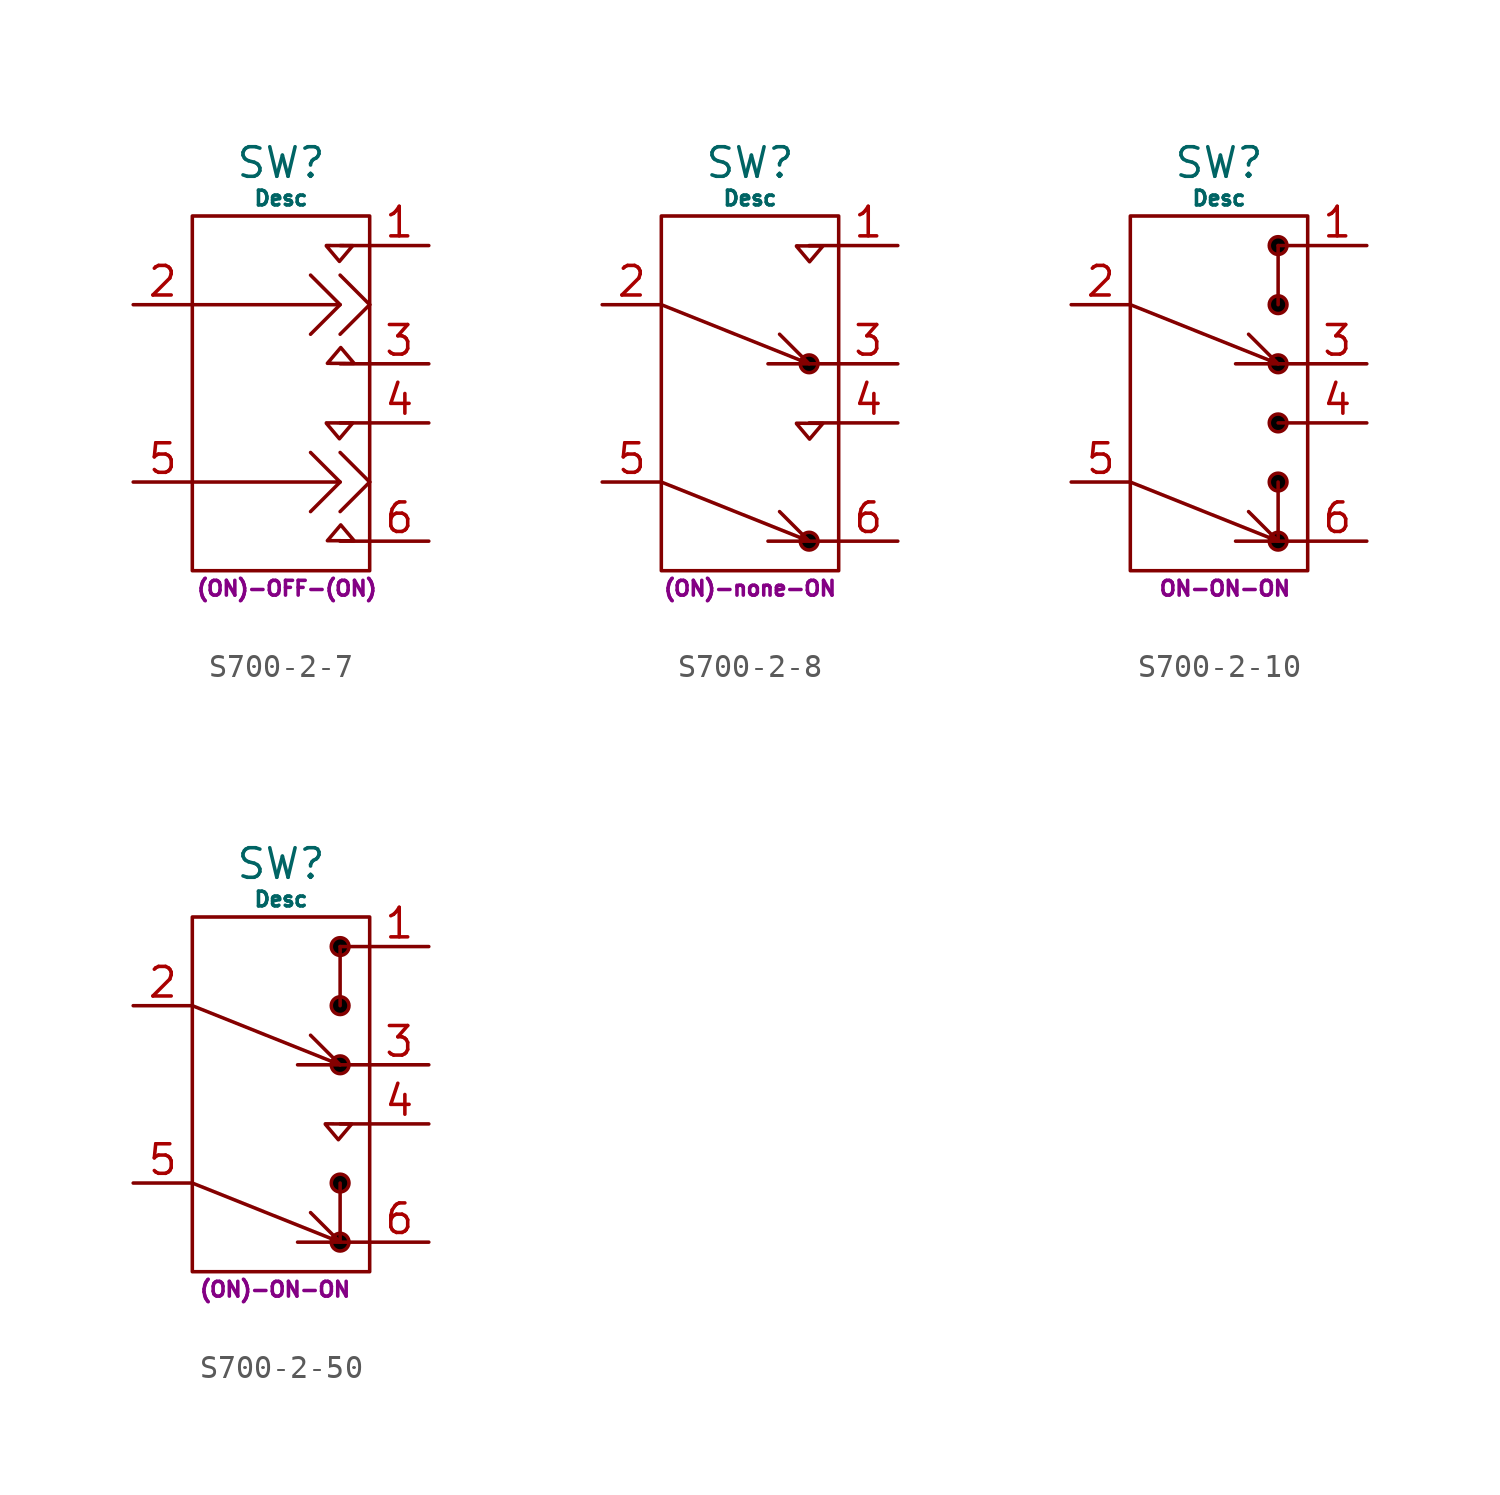
<source format=kicad_sym>
(kicad_symbol_lib
  (version 20231120)
  (generator "kicad_symbol_editor")
  (generator_version "8.0")
  (symbol "S700-2-7"
    (pin_names hide)
    (property "Reference" "SW"
      (at 0 9.906 0)
      (do_not_autoplace)
      (effects (font (size 1.27 1.27))))
    (property "Value" "Desc"
      (at 0 8.382 0)
      (do_not_autoplace)
      (effects (font (size 0.635 0.635))))
    (property "Description" "(ON)-OFF-(ON)"
      (at 0.254 -8.382 0)
      (do_not_autoplace)
      (effects (font (size 0.635 0.635))))
    (symbol "S700-2-7_0_1"
      (rectangle (start -3.81 7.62) (end 3.81 -7.62) (stroke (width 0) (type default)) (fill (type none)))
      (polyline (pts (xy 2.54 -3.81) (xy 1.27 -5.08)) (stroke (width 0) (type default)) (fill (type none)))
      (polyline (pts (xy 2.54 3.81) (xy 1.27 2.54)) (stroke (width 0) (type default)) (fill (type none)))
      (polyline (pts (xy 3.81 -6.35) (xy 2.54 -6.35)) (stroke (width 0) (type default)) (fill (type none)))
      (polyline (pts (xy 3.81 -3.81) (xy 2.54 -5.08)) (stroke (width 0) (type default)) (fill (type none)))
      (polyline (pts (xy 3.81 -3.81) (xy 2.54 -2.54)) (stroke (width 0) (type default)) (fill (type none)))
      (polyline (pts (xy 3.81 -1.27) (xy 2.54 -1.27)) (stroke (width 0) (type default)) (fill (type none)))
      (polyline (pts (xy 3.81 1.27) (xy 2.54 1.27)) (stroke (width 0) (type default)) (fill (type none)))
      (polyline (pts (xy 3.81 3.81) (xy 2.54 2.54)) (stroke (width 0) (type default)) (fill (type none)))
      (polyline (pts (xy 3.81 3.81) (xy 2.54 5.08)) (stroke (width 0) (type default)) (fill (type none)))
      (polyline (pts (xy 3.81 6.35) (xy 2.54 6.35)) (stroke (width 0) (type default)) (fill (type none)))
      (polyline (pts (xy -3.81 -3.81) (xy 2.54 -3.81) (xy 1.27 -2.54)) (stroke (width 0) (type default)) (fill (type none)))
      (polyline (pts (xy -3.81 3.81) (xy 2.54 3.81) (xy 1.27 5.08)) (stroke (width 0) (type default)) (fill (type none)))
      (polyline (pts (xy 1.949 -1.268) (xy 3.083 -1.274) (xy 2.51 -1.951) (xy 1.949 -1.287)) (stroke (width 0) (type default)) (fill (type none)))
      (polyline (pts (xy 1.949 6.352) (xy 3.083 6.346) (xy 2.51 5.669) (xy 1.949 6.333)) (stroke (width 0) (type default)) (fill (type none)))
      (polyline (pts (xy 3.128 -6.335) (xy 1.993 -6.329) (xy 2.567 -5.652) (xy 3.128 -6.316)) (stroke (width 0) (type default)) (fill (type none)))
      (polyline (pts (xy 3.128 1.285) (xy 1.993 1.291) (xy 2.567 1.968) (xy 3.128 1.304)) (stroke (width 0) (type default)) (fill (type none))))
    (symbol "S700-2-7_1_1"
      (pin passive line (at 6.35 6.35 180) (length 2.54) (name "ON" (effects (font (size 1.27 1.27)))) (number "1" (effects (font (size 1.27 1.27)))))
      (pin passive line (at -6.35 3.81 0) (length 2.54) (name "IN" (effects (font (size 1.27 1.27)))) (number "2" (effects (font (size 1.27 1.27)))))
      (pin passive line (at 6.35 1.27 180) (length 2.54) (name "ON" (effects (font (size 1.27 1.27)))) (number "3" (effects (font (size 1.27 1.27)))))
      (pin passive line (at 6.35 -1.27 180) (length 2.54) (name "ON" (effects (font (size 1.27 1.27)))) (number "4" (effects (font (size 1.27 1.27)))))
      (pin passive line (at -6.35 -3.81 0) (length 2.54) (name "IN" (effects (font (size 1.27 1.27)))) (number "5" (effects (font (size 1.27 1.27)))))
      (pin passive line (at 6.35 -6.35 180) (length 2.54) (name "ON" (effects (font (size 1.27 1.27)))) (number "6" (effects (font (size 1.27 1.27)))))))
  (symbol "S700-2-8"
    (pin_names hide)
    (property "Reference" "SW"
      (at 0 9.906 0)
      (effects (font (size 1.27 1.27))))
    (property "Value" "Desc"
      (at 0 8.382 0)
      (do_not_autoplace)
      (effects (font (size 0.635 0.635))))
    (property "Description" "(ON)-none-ON"
      (at 0 -8.382 0)
      (do_not_autoplace)
      (effects (font (size 0.635 0.635))))
    (symbol "S700-2-8_0_1"
      (rectangle (start -3.81 7.62) (end 3.81 -7.62) (stroke (width 0) (type default)) (fill (type none)))
      (polyline (pts (xy 3.81 -6.35) (xy 2.54 -6.35)) (stroke (width 0) (type default)) (fill (type none)))
      (polyline (pts (xy 3.81 -1.27) (xy 2.54 -1.27)) (stroke (width 0) (type default)) (fill (type none)))
      (polyline (pts (xy 3.81 1.27) (xy 2.54 1.27)) (stroke (width 0) (type default)) (fill (type none)))
      (polyline (pts (xy 3.81 6.35) (xy 2.54 6.35)) (stroke (width 0) (type default)) (fill (type none)))
      (polyline (pts (xy 1.998 -1.283) (xy 3.133 -1.289) (xy 2.559 -1.966) (xy 1.998 -1.302)) (stroke (width 0) (type default)) (fill (type none)))
      (polyline (pts (xy 1.998 6.337) (xy 3.133 6.331) (xy 2.559 5.654) (xy 1.998 6.318)) (stroke (width 0) (type default)) (fill (type none)))
      (polyline (pts (xy -3.81 -3.81) (xy 2.54 -6.35) (xy 1.27 -5.08) (xy 2.54 -6.35) (xy 0.773 -6.35)) (stroke (width 0) (type default)) (fill (type none)))
      (polyline (pts (xy -3.81 3.81) (xy 2.54 1.27) (xy 1.27 2.54) (xy 2.54 1.27) (xy 0.773 1.27)) (stroke (width 0) (type default)) (fill (type none)))
      (circle (center 2.54 -6.35) (radius 0.381) (stroke (width 0) (type default)) (fill (type color) (color 0 0 0 1)))
      (circle (center 2.54 1.27) (radius 0.381) (stroke (width 0) (type default)) (fill (type color) (color 0 0 0 1))))
    (symbol "S700-2-8_1_1"
      (pin passive line (at 6.35 6.35 180) (length 2.54) (name "ON" (effects (font (size 1.27 1.27)))) (number "1" (effects (font (size 1.27 1.27)))))
      (pin passive line (at -6.35 3.81 0) (length 2.54) (name "IN" (effects (font (size 1.27 1.27)))) (number "2" (effects (font (size 1.27 1.27)))))
      (pin passive line (at 6.35 1.27 180) (length 2.54) (name "ON" (effects (font (size 1.27 1.27)))) (number "3" (effects (font (size 1.27 1.27)))))
      (pin passive line (at 6.35 -1.27 180) (length 2.54) (name "ON" (effects (font (size 1.27 1.27)))) (number "4" (effects (font (size 1.27 1.27)))))
      (pin passive line (at -6.35 -3.81 0) (length 2.54) (name "IN" (effects (font (size 1.27 1.27)))) (number "5" (effects (font (size 1.27 1.27)))))
      (pin passive line (at 6.35 -6.35 180) (length 2.54) (name "ON" (effects (font (size 1.27 1.27)))) (number "6" (effects (font (size 1.27 1.27)))))))
  (symbol "S700-2-10"
    (pin_names hide)
    (property "Reference" "SW"
      (at 0 9.906 0)
      (do_not_autoplace)
      (effects (font (size 1.27 1.27))))
    (property "Value" "Desc"
      (at 0 8.382 0)
      (do_not_autoplace)
      (effects (font (size 0.635 0.635))))
    (property "Description" "ON-ON-ON"
      (at 0.254 -8.382 0)
      (do_not_autoplace)
      (effects (font (size 0.635 0.635))))
    (symbol "S700-2-10_0_1"
      (rectangle (start -3.81 7.62) (end 3.81 -7.62) (stroke (width 0) (type default)) (fill (type none)))
      (polyline (pts (xy 2.54 -6.35) (xy 0.712 -6.35)) (stroke (width 0) (type default)) (fill (type none)))
      (polyline (pts (xy 2.54 -3.81) (xy 2.54 -6.35)) (stroke (width 0) (type default)) (fill (type none)))
      (polyline (pts (xy 2.54 1.27) (xy 0.712 1.27)) (stroke (width 0) (type default)) (fill (type none)))
      (polyline (pts (xy 2.54 3.81) (xy 2.54 6.35)) (stroke (width 0) (type default)) (fill (type none)))
      (polyline (pts (xy 3.81 -6.35) (xy 2.54 -6.35)) (stroke (width 0) (type default)) (fill (type none)))
      (polyline (pts (xy 3.81 -1.27) (xy 2.54 -1.27)) (stroke (width 0) (type default)) (fill (type none)))
      (polyline (pts (xy 3.81 1.27) (xy 2.54 1.27)) (stroke (width 0) (type default)) (fill (type none)))
      (polyline (pts (xy 3.81 6.35) (xy 2.54 6.35)) (stroke (width 0) (type default)) (fill (type none)))
      (polyline (pts (xy -3.81 -3.81) (xy 2.54 -6.35) (xy 1.27 -5.08)) (stroke (width 0) (type default)) (fill (type none)))
      (polyline (pts (xy -3.81 3.81) (xy 2.54 1.27) (xy 1.27 2.54)) (stroke (width 0) (type default)) (fill (type none)))
      (circle (center 2.54 -6.35) (radius 0.381) (stroke (width 0) (type default)) (fill (type color) (color 0 0 0 1)))
      (circle (center 2.54 -3.81) (radius 0.381) (stroke (width 0) (type default)) (fill (type color) (color 0 0 0 1)))
      (circle (center 2.54 -1.27) (radius 0.381) (stroke (width 0) (type default)) (fill (type color) (color 0 0 0 1)))
      (circle (center 2.54 1.27) (radius 0.381) (stroke (width 0) (type default)) (fill (type color) (color 0 0 0 1)))
      (circle (center 2.54 3.81) (radius 0.381) (stroke (width 0) (type default)) (fill (type color) (color 0 0 0 1)))
      (circle (center 2.54 6.35) (radius 0.381) (stroke (width 0) (type default)) (fill (type color) (color 0 0 0 1))))
    (symbol "S700-2-10_1_1"
      (pin passive line (at 6.35 6.35 180) (length 2.54) (name "ON" (effects (font (size 1.27 1.27)))) (number "1" (effects (font (size 1.27 1.27)))))
      (pin passive line (at -6.35 3.81 0) (length 2.54) (name "IN" (effects (font (size 1.27 1.27)))) (number "2" (effects (font (size 1.27 1.27)))))
      (pin passive line (at 6.35 1.27 180) (length 2.54) (name "ON" (effects (font (size 1.27 1.27)))) (number "3" (effects (font (size 1.27 1.27)))))
      (pin passive line (at 6.35 -1.27 180) (length 2.54) (name "ON" (effects (font (size 1.27 1.27)))) (number "4" (effects (font (size 1.27 1.27)))))
      (pin passive line (at -6.35 -3.81 0) (length 2.54) (name "IN" (effects (font (size 1.27 1.27)))) (number "5" (effects (font (size 1.27 1.27)))))
      (pin passive line (at 6.35 -6.35 180) (length 2.54) (name "ON" (effects (font (size 1.27 1.27)))) (number "6" (effects (font (size 1.27 1.27)))))))
  (symbol "S700-2-50"
    (pin_names hide)
    (property "Reference" "SW"
      (at 0 9.906 0)
      (do_not_autoplace)
      (effects (font (size 1.27 1.27))))
    (property "Value" "Desc"
      (at 0 8.382 0)
      (do_not_autoplace)
      (effects (font (size 0.635 0.635))))
    (property "Description" "(ON)-ON-ON"
      (at -0.254 -8.382 0)
      (do_not_autoplace)
      (effects (font (size 0.635 0.635))))
    (symbol "S700-2-50_0_1"
      (rectangle (start -3.81 7.62) (end 3.81 -7.62) (stroke (width 0) (type default)) (fill (type none)))
      (polyline (pts (xy 2.54 -6.35) (xy 0.712 -6.35)) (stroke (width 0) (type default)) (fill (type none)))
      (polyline (pts (xy 2.54 -3.81) (xy 2.54 -6.35)) (stroke (width 0) (type default)) (fill (type none)))
      (polyline (pts (xy 2.54 1.27) (xy 0.712 1.27)) (stroke (width 0) (type default)) (fill (type none)))
      (polyline (pts (xy 2.54 3.81) (xy 2.54 6.35)) (stroke (width 0) (type default)) (fill (type none)))
      (polyline (pts (xy 3.81 -6.35) (xy 2.54 -6.35)) (stroke (width 0) (type default)) (fill (type none)))
      (polyline (pts (xy 3.81 -1.27) (xy 2.54 -1.27)) (stroke (width 0) (type default)) (fill (type none)))
      (polyline (pts (xy 3.81 1.27) (xy 2.54 1.27)) (stroke (width 0) (type default)) (fill (type none)))
      (polyline (pts (xy 3.81 6.35) (xy 2.54 6.35)) (stroke (width 0) (type default)) (fill (type none)))
      (polyline (pts (xy -3.81 -3.81) (xy 2.54 -6.35) (xy 1.27 -5.08)) (stroke (width 0) (type default)) (fill (type none)))
      (polyline (pts (xy -3.81 3.81) (xy 2.54 1.27) (xy 1.27 2.54)) (stroke (width 0) (type default)) (fill (type none)))
      (polyline (pts (xy 1.904 -1.266) (xy 3.039 -1.272) (xy 2.465 -1.949) (xy 1.904 -1.285)) (stroke (width 0) (type default)) (fill (type none)))
      (circle (center 2.54 -6.35) (radius 0.381) (stroke (width 0) (type default)) (fill (type color) (color 0 0 0 1)))
      (circle (center 2.54 -3.81) (radius 0.381) (stroke (width 0) (type default)) (fill (type color) (color 0 0 0 1)))
      (circle (center 2.54 1.27) (radius 0.381) (stroke (width 0) (type default)) (fill (type color) (color 0 0 0 1)))
      (circle (center 2.54 3.81) (radius 0.381) (stroke (width 0) (type default)) (fill (type color) (color 0 0 0 1)))
      (circle (center 2.54 6.35) (radius 0.381) (stroke (width 0) (type default)) (fill (type color) (color 0 0 0 1))))
    (symbol "S700-2-50_1_1"
      (pin passive line (at 6.35 6.35 180) (length 2.54) (name "ON" (effects (font (size 1.27 1.27)))) (number "1" (effects (font (size 1.27 1.27)))))
      (pin passive line (at -6.35 3.81 0) (length 2.54) (name "IN" (effects (font (size 1.27 1.27)))) (number "2" (effects (font (size 1.27 1.27)))))
      (pin passive line (at 6.35 1.27 180) (length 2.54) (name "ON" (effects (font (size 1.27 1.27)))) (number "3" (effects (font (size 1.27 1.27)))))
      (pin passive line (at 6.35 -1.27 180) (length 2.54) (name "ON" (effects (font (size 1.27 1.27)))) (number "4" (effects (font (size 1.27 1.27)))))
      (pin passive line (at -6.35 -3.81 0) (length 2.54) (name "IN" (effects (font (size 1.27 1.27)))) (number "5" (effects (font (size 1.27 1.27)))))
      (pin passive line (at 6.35 -6.35 180) (length 2.54) (name "ON" (effects (font (size 1.27 1.27)))) (number "6" (effects (font (size 1.27 1.27))))))))
</source>
